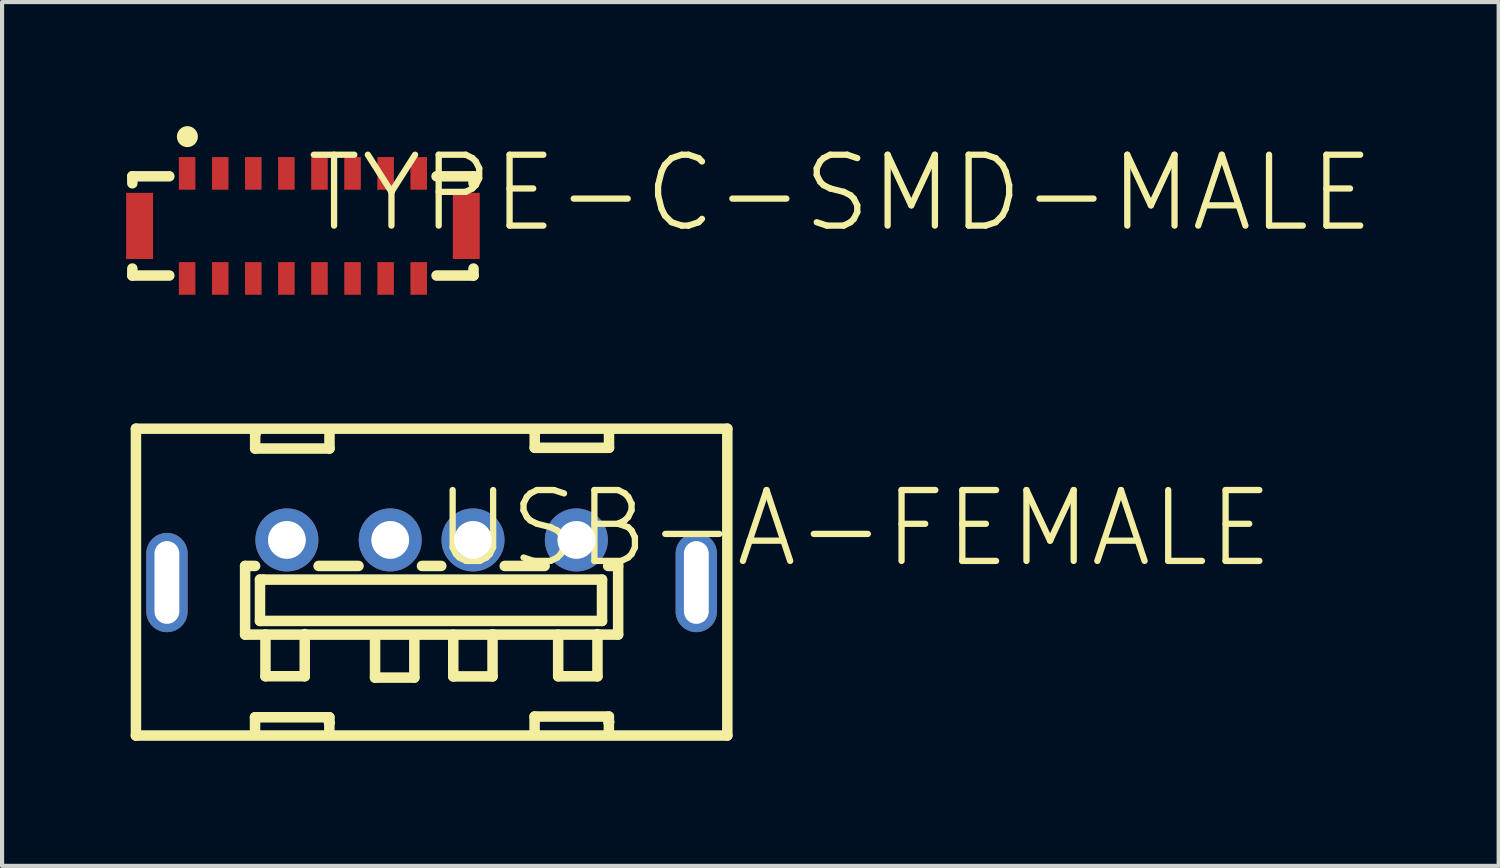
<source format=kicad_pcb>
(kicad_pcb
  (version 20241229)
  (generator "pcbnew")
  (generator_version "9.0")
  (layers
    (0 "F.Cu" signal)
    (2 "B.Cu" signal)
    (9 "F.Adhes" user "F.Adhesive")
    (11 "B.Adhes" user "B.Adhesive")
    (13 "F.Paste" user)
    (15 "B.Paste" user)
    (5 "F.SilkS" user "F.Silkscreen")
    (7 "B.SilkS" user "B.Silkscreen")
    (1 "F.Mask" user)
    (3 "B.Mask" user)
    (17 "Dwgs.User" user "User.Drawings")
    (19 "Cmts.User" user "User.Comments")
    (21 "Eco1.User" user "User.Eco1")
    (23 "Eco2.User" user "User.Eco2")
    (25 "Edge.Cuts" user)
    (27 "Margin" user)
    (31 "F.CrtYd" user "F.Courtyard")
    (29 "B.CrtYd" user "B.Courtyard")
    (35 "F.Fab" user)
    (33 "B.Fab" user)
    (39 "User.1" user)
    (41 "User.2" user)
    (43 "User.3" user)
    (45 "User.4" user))
  (footprint "USB-A-FEMALE"
    (layer "F.Cu")
    (at 7.387 10.521)
    (property "Reference" "USB-A-FEMALE" (at 0 0.21 0) (unlocked yes) (layer "F.SilkS") (effects (font (size 1.714 1.714) (thickness 0.152)) (justify left bottom)))
    (fp_line (start -7.15 -3.205) (end 7.15 -3.205) (stroke (width 0.254) (type solid)) (layer "F.SilkS"))
    (fp_line (start -7.15 4.215) (end -7.15 -3.205) (stroke (width 0.254) (type solid)) (layer "F.SilkS"))
    (fp_line (start -7.15 4.215) (end 7.15 4.215) (stroke (width 0.254) (type solid)) (layer "F.SilkS"))
    (fp_line (start -4.51 0.114) (end -4.268 0.114) (stroke (width 0.254) (type solid)) (layer "F.SilkS"))
    (fp_line (start -4.51 1.774) (end -4.51 0.114) (stroke (width 0.254) (type solid)) (layer "F.SilkS"))
    (fp_line (start -4.51 1.774) (end 4.51 1.774) (stroke (width 0.254) (type solid)) (layer "F.SilkS"))
    (fp_line (start -4.27 3.773) (end -2.473 3.773) (stroke (width 0.254) (type solid)) (layer "F.SilkS"))
    (fp_line (start -4.27 4.112) (end -4.27 3.773) (stroke (width 0.254) (type solid)) (layer "F.SilkS"))
    (fp_line (start -4.267 -3.096) (end -4.257 -3.096) (stroke (width 0.254) (type solid)) (layer "F.SilkS"))
    (fp_line (start -4.267 -3.096) (end -4.257 -3.096) (stroke (width 0.254) (type solid)) (layer "F.SilkS"))
    (fp_line (start -4.267 -2.725) (end -4.267 -3.096) (stroke (width 0.254) (type solid)) (layer "F.SilkS"))
    (fp_line (start -4.267 -2.725) (end -2.47 -2.725) (stroke (width 0.254) (type solid)) (layer "F.SilkS"))
    (fp_line (start -4.15 0.444) (end -4.07 0.444) (stroke (width 0.254) (type solid)) (layer "F.SilkS"))
    (fp_line (start -4.15 1.444) (end -4.15 0.444) (stroke (width 0.254) (type solid)) (layer "F.SilkS"))
    (fp_line (start -4.15 1.444) (end 4.12 1.444) (stroke (width 0.254) (type solid)) (layer "F.SilkS"))
    (fp_line (start -4.06 0.444) (end 4.12 0.444) (stroke (width 0.254) (type solid)) (layer "F.SilkS"))
    (fp_line (start -4.018 2.781) (end -4.018 1.771) (stroke (width 0.254) (type solid)) (layer "F.SilkS"))
    (fp_line (start -4.018 2.781) (end -3.068 2.781) (stroke (width 0.254) (type solid)) (layer "F.SilkS"))
    (fp_line (start -3.068 2.781) (end -3.068 1.761) (stroke (width 0.254) (type solid)) (layer "F.SilkS"))
    (fp_line (start -2.733 0.114) (end -1.768 0.114) (stroke (width 0.254) (type solid)) (layer "F.SilkS"))
    (fp_line (start -2.48 3.904) (end -2.47 3.904) (stroke (width 0.254) (type solid)) (layer "F.SilkS"))
    (fp_line (start -2.48 3.904) (end -2.47 3.904) (stroke (width 0.254) (type solid)) (layer "F.SilkS"))
    (fp_line (start -2.473 4.143) (end -2.473 3.773) (stroke (width 0.254) (type solid)) (layer "F.SilkS"))
    (fp_line (start -2.47 -2.725) (end -2.47 -3.065) (stroke (width 0.254) (type solid)) (layer "F.SilkS"))
    (fp_line (start -1.368 2.814) (end -1.368 1.804) (stroke (width 0.254) (type solid)) (layer "F.SilkS"))
    (fp_line (start -1.368 2.814) (end -0.418 2.814) (stroke (width 0.254) (type solid)) (layer "F.SilkS"))
    (fp_line (start -0.418 2.814) (end -0.418 1.794) (stroke (width 0.254) (type solid)) (layer "F.SilkS"))
    (fp_line (start -0.233 0.114) (end 0.233 0.114) (stroke (width 0.254) (type solid)) (layer "F.SilkS"))
    (fp_line (start 0.523 2.785) (end 0.523 1.775) (stroke (width 0.254) (type solid)) (layer "F.SilkS"))
    (fp_line (start 0.523 2.785) (end 1.473 2.785) (stroke (width 0.254) (type solid)) (layer "F.SilkS"))
    (fp_line (start 1.473 2.785) (end 1.473 1.765) (stroke (width 0.254) (type solid)) (layer "F.SilkS"))
    (fp_line (start 1.768 0.114) (end 2.733 0.114) (stroke (width 0.254) (type solid)) (layer "F.SilkS"))
    (fp_line (start 2.49 3.755) (end 4.286 3.755) (stroke (width 0.254) (type solid)) (layer "F.SilkS"))
    (fp_line (start 2.49 4.095) (end 2.49 3.755) (stroke (width 0.254) (type solid)) (layer "F.SilkS"))
    (fp_line (start 2.493 -3.113) (end 2.503 -3.113) (stroke (width 0.254) (type solid)) (layer "F.SilkS"))
    (fp_line (start 2.493 -3.113) (end 2.503 -3.113) (stroke (width 0.254) (type solid)) (layer "F.SilkS"))
    (fp_line (start 2.493 -2.743) (end 2.493 -3.113) (stroke (width 0.254) (type solid)) (layer "F.SilkS"))
    (fp_line (start 2.493 -2.743) (end 4.289 -2.743) (stroke (width 0.254) (type solid)) (layer "F.SilkS"))
    (fp_line (start 3.06 2.782) (end 3.06 1.772) (stroke (width 0.254) (type solid)) (layer "F.SilkS"))
    (fp_line (start 3.06 2.782) (end 4.01 2.782) (stroke (width 0.254) (type solid)) (layer "F.SilkS"))
    (fp_line (start 4.01 2.782) (end 4.01 1.762) (stroke (width 0.254) (type solid)) (layer "F.SilkS"))
    (fp_line (start 4.12 1.444) (end 4.12 0.444) (stroke (width 0.254) (type solid)) (layer "F.SilkS"))
    (fp_line (start 4.268 0.114) (end 4.51 0.114) (stroke (width 0.254) (type solid)) (layer "F.SilkS"))
    (fp_line (start 4.279 3.886) (end 4.29 3.886) (stroke (width 0.254) (type solid)) (layer "F.SilkS"))
    (fp_line (start 4.279 3.886) (end 4.29 3.886) (stroke (width 0.254) (type solid)) (layer "F.SilkS"))
    (fp_line (start 4.286 4.126) (end 4.286 3.755) (stroke (width 0.254) (type solid)) (layer "F.SilkS"))
    (fp_line (start 4.289 -2.743) (end 4.289 -3.083) (stroke (width 0.254) (type solid)) (layer "F.SilkS"))
    (fp_line (start 4.51 1.774) (end 4.51 0.105) (stroke (width 0.254) (type solid)) (layer "F.SilkS"))
    (fp_line (start 7.15 4.215) (end 7.15 -3.205) (stroke (width 0.254) (type solid)) (layer "F.SilkS"))
    (fp_line (start -7.277 -3.332) (end 7.277 -3.332) (stroke (width 0.051) (type solid)) (layer "User.13"))
    (fp_line (start -7.277 4.342) (end -7.277 -3.332) (stroke (width 0.051) (type solid)) (layer "User.13"))
    (fp_line (start -7.277 4.342) (end 7.277 4.342) (stroke (width 0.051) (type solid)) (layer "User.13"))
    (fp_line (start 7.277 4.342) (end 7.277 -3.332) (stroke (width 0.051) (type solid)) (layer "User.13"))
    (fp_poly (pts (xy -6.161 -0.186) (xy -6.161 1.214) (xy -6.641 1.214) (xy -6.641 -0.186)) (stroke (width 0.1) (type default)) (fill no) (layer "User.13"))
    (fp_poly (pts (xy 6.161 1.214) (xy 6.161 -0.186) (xy 6.641 -0.186) (xy 6.641 1.214)) (stroke (width 0.1) (type default)) (fill no) (layer "User.13"))
    (fp_poly (pts (arc (start -7.21726 -3.332105) (mid -7.277255 -3.39215) (end -7.3373 -3.332155)) (arc (start -7.3373 -3.332155) (mid -7.277305 -3.27211) (end -7.21726 -3.332105)) (xy -7.217 -3.332)) (stroke (width 0.1) (type default)) (fill no) (layer "User.13"))
    (fp_poly (pts (arc (start -3.14308 -0.514984) (mid -3.500264 -0.87222) (end -3.8575 -0.515036)) (arc (start -3.8575 -0.515036) (mid -3.500316 -0.1578) (end -3.14308 -0.514984)) (xy -3.143 -0.515)) (stroke (width 0.1) (type default)) (fill no) (layer "User.13"))
    (fp_poly (pts (arc (start -0.64372 -0.514984) (mid -1.000904 -0.87222) (end -1.35814 -0.515036)) (arc (start -1.35814 -0.515036) (mid -1.000956 -0.1578) (end -0.64372 -0.514984)) (xy -0.644 -0.515)) (stroke (width 0.1) (type default)) (fill no) (layer "User.13"))
    (fp_poly (pts (arc (start 1.3578 -0.514984) (mid 1.000616 -0.87222) (end 0.64338 -0.515036)) (arc (start 0.64338 -0.515036) (mid 1.000564 -0.1578) (end 1.3578 -0.514984)) (xy 1.358 -0.515)) (stroke (width 0.1) (type default)) (fill no) (layer "User.13"))
    (fp_poly (pts (arc (start 3.85716 -0.514984) (mid 3.499976 -0.87222) (end 3.14274 -0.515036)) (arc (start 3.14274 -0.515036) (mid 3.499924 -0.1578) (end 3.85716 -0.514984)) (xy 3.857 -0.515)) (stroke (width 0.1) (type default)) (fill no) (layer "User.13"))
    (pad "1" thru_hole circle (at -3.5 -0.515) (size 1.524 1.524) (drill 0.914 (offset -0.0001 0.00005)) (layers "*.Cu" "*.Mask"))
    (pad "2" thru_hole circle (at -1.001 -0.515) (size 1.524 1.524) (drill 0.914 (offset -0.0001 0.00005)) (layers "*.Cu" "*.Mask"))
    (pad "3" thru_hole circle (at 1.001 -0.515) (size 1.524 1.524) (drill 0.914 (offset -0.0001 0.00005)) (layers "*.Cu" "*.Mask"))
    (pad "4" thru_hole circle (at 3.5 -0.515) (size 1.524 1.524) (drill 0.914 (offset -0.0001 0.00005)) (layers "*.Cu" "*.Mask"))
    (pad "5" thru_hole oval (at -6.401 0.514 270) (size 2.4 1) (drill oval 2 0.6 (offset 0.001 -0.001)) (layers "*.Cu" "*.Mask"))
    (pad "6" thru_hole oval (at 6.401 0.514 90) (size 2.4 1) (drill oval 2 0.6 (offset -0.001 -0.001)) (layers "*.Cu" "*.Mask")))
  (footprint "TYPE-C-SMD-MALE"
    (layer "F.Cu")
    (at 4.275 2.413)
    (property "Reference" "TYPE-C-SMD-MALE" (at 0 0.21 0) (unlocked yes) (layer "F.SilkS") (effects (font (size 1.714 1.714) (thickness 0.152)) (justify left bottom)))
    (fp_line (start -4.125 -1.2) (end -3.231 -1.2) (stroke (width 0.254) (type solid)) (layer "F.SilkS"))
    (fp_line (start -4.125 -1.031) (end -4.125 -1.2) (stroke (width 0.254) (type solid)) (layer "F.SilkS"))
    (fp_line (start -4.125 1.2) (end -4.125 1.031) (stroke (width 0.254) (type solid)) (layer "F.SilkS"))
    (fp_line (start -4.125 1.2) (end -3.231 1.2) (stroke (width 0.254) (type solid)) (layer "F.SilkS"))
    (fp_line (start 3.231 -1.2) (end 4.125 -1.2) (stroke (width 0.254) (type solid)) (layer "F.SilkS"))
    (fp_line (start 3.231 1.2) (end 4.125 1.2) (stroke (width 0.254) (type solid)) (layer "F.SilkS"))
    (fp_line (start 4.125 -1.031) (end 4.125 -1.2) (stroke (width 0.254) (type solid)) (layer "F.SilkS"))
    (fp_line (start 4.125 1.2) (end 4.125 1.031) (stroke (width 0.254) (type solid)) (layer "F.SilkS"))
    (fp_circle (center -2.794 -2.159) (end -2.794 -2.286) (stroke (width 0.254) (type solid)) (fill no) (layer "F.SilkS"))
    (fp_line (start -2.93 -1.2) (end 2.93 -1.2) (stroke (width 0.051) (type solid)) (layer "User.13"))
    (fp_line (start -2.93 1.2) (end -2.92 1.2) (stroke (width 0.051) (type solid)) (layer "User.13"))
    (fp_line (start -2.92 1.2) (end 2.94 1.2) (stroke (width 0.051) (type solid)) (layer "User.13"))
    (fp_line (start 4.13 0.01) (end 4.13 0) (stroke (width 0.051) (type solid)) (layer "User.13"))
    (fp_arc (start -4.12997 0) (mid -3.778498 -0.848528) (end -2.92997 -1.2) (stroke (width 0.0508) (type solid)) (layer "User.13"))
    (fp_arc (start -2.92997 1.2) (mid -3.778498 0.848528) (end -4.12997 0) (stroke (width 0.0508) (type solid)) (layer "User.13"))
    (fp_arc (start 2.93001 -1.2) (mid 3.778538 -0.848528) (end 4.13001 0) (stroke (width 0.0508) (type solid)) (layer "User.13"))
    (fp_arc (start 4.13001 0.01001) (mid 3.78147 0.85146) (end 2.94002 1.2) (stroke (width 0.0508) (type solid)) (layer "User.13"))
    (fp_poly (pts (xy -2.925 -1.44) (xy -2.675 -1.44) (xy -2.675 -0.94) (xy -2.925 -0.94)) (stroke (width 0.1) (type default)) (fill no) (layer "User.13"))
    (fp_poly (pts (xy -2.925 0.94) (xy -2.675 0.94) (xy -2.675 1.44) (xy -2.925 1.44)) (stroke (width 0.1) (type default)) (fill no) (layer "User.13"))
    (fp_poly (pts (xy -2.125 -1.44) (xy -1.875 -1.44) (xy -1.875 -0.94) (xy -2.125 -0.94)) (stroke (width 0.1) (type default)) (fill no) (layer "User.13"))
    (fp_poly (pts (xy -2.125 0.94) (xy -1.875 0.94) (xy -1.875 1.44) (xy -2.125 1.44)) (stroke (width 0.1) (type default)) (fill no) (layer "User.13"))
    (fp_poly (pts (xy -1.325 -1.44) (xy -1.075 -1.44) (xy -1.075 -0.94) (xy -1.325 -0.94)) (stroke (width 0.1) (type default)) (fill no) (layer "User.13"))
    (fp_poly (pts (xy -1.325 0.94) (xy -1.075 0.94) (xy -1.075 1.44) (xy -1.325 1.44)) (stroke (width 0.1) (type default)) (fill no) (layer "User.13"))
    (fp_poly (pts (xy -0.525 -1.44) (xy -0.275 -1.44) (xy -0.275 -0.94) (xy -0.525 -0.94)) (stroke (width 0.1) (type default)) (fill no) (layer "User.13"))
    (fp_poly (pts (xy -0.525 0.94) (xy -0.275 0.94) (xy -0.275 1.44) (xy -0.525 1.44)) (stroke (width 0.1) (type default)) (fill no) (layer "User.13"))
    (fp_poly (pts (xy 0.275 -1.44) (xy 0.525 -1.44) (xy 0.525 -0.94) (xy 0.275 -0.94)) (stroke (width 0.1) (type default)) (fill no) (layer "User.13"))
    (fp_poly (pts (xy 0.275 0.94) (xy 0.525 0.94) (xy 0.525 1.44) (xy 0.275 1.44)) (stroke (width 0.1) (type default)) (fill no) (layer "User.13"))
    (fp_poly (pts (xy 1.075 -1.44) (xy 1.325 -1.44) (xy 1.325 -0.94) (xy 1.075 -0.94)) (stroke (width 0.1) (type default)) (fill no) (layer "User.13"))
    (fp_poly (pts (xy 1.075 0.94) (xy 1.325 0.94) (xy 1.325 1.44) (xy 1.075 1.44)) (stroke (width 0.1) (type default)) (fill no) (layer "User.13"))
    (fp_poly (pts (xy 1.875 -1.44) (xy 2.125 -1.44) (xy 2.125 -0.94) (xy 1.875 -0.94)) (stroke (width 0.1) (type default)) (fill no) (layer "User.13"))
    (fp_poly (pts (xy 1.875 0.94) (xy 2.125 0.94) (xy 2.125 1.44) (xy 1.875 1.44)) (stroke (width 0.1) (type default)) (fill no) (layer "User.13"))
    (fp_poly (pts (xy 2.67 -1.44) (xy 2.92 -1.44) (xy 2.92 -0.94) (xy 2.67 -0.94)) (stroke (width 0.1) (type default)) (fill no) (layer "User.13"))
    (fp_poly (pts (xy 2.67 0.94) (xy 2.92 0.94) (xy 2.92 1.44) (xy 2.67 1.44)) (stroke (width 0.1) (type default)) (fill no) (layer "User.13"))
    (fp_poly (pts (arc (start -4.06997 -1.440027) (mid -4.129927 -1.50011) (end -4.19001 -1.440153)) (arc (start -4.19 -1.440153) (mid -4.130043 -1.38007) (end -4.06996 -1.440027)) (xy -4.07 -1.44)) (stroke (width 0.1) (type default)) (fill no) (layer "User.13"))
    (fp_poly (pts (xy -3.66 0.79) (arc (start -3.810023 0.789946) (mid -4.039457 0.446599) (end -4.12003 0.041586)) (xy -4.12 0.042) (xy -4.12 -0.01) (arc (start -4.12004 -0.06576) (mid -4.04206 -0.457729) (end -3.820014 -0.790019)) (arc (start -3.820014 -0.790013) (mid -3.808953 -0.782624) (end -3.795907 -0.78003)) (xy -3.796 -0.78) (xy -3.65 -0.78) (xy -3.65 0.79)) (stroke (width 0.1) (type default)) (fill no) (layer "User.13"))
    (fp_poly (pts (xy 3.66 -0.79) (arc (start 3.810019 -0.789989) (mid 4.039438 -0.446639) (end 4.119999 -0.04163)) (xy 4.12 -0.042) (xy 4.12 0.01) (arc (start 4.12001 0.065734) (mid 4.042042 0.4577) (end 3.82001 0.789993)) (arc (start 3.820004 0.789993) (mid 3.808943 0.782604) (end 3.795897 0.78001)) (xy 3.796 0.78) (xy 3.65 0.78) (xy 3.65 -0.79)) (stroke (width 0.1) (type default)) (fill no) (layer "User.13"))
    (pad "1" smd rect (at -2.8 -1.27) (size 0.4 0.79) (layers "F.Cu" "F.Mask" "F.Paste"))
    (pad "2" smd rect (at -2 -1.27) (size 0.4 0.79) (layers "F.Cu" "F.Mask" "F.Paste"))
    (pad "3" smd rect (at -1.2 -1.27) (size 0.4 0.79) (layers "F.Cu" "F.Mask" "F.Paste"))
    (pad "4" smd rect (at -0.4 -1.27) (size 0.4 0.79) (layers "F.Cu" "F.Mask" "F.Paste"))
    (pad "5" smd rect (at 0.4 -1.27) (size 0.4 0.79) (layers "F.Cu" "F.Mask" "F.Paste"))
    (pad "6" smd rect (at 1.2 -1.27) (size 0.4 0.79) (layers "F.Cu" "F.Mask" "F.Paste"))
    (pad "7" smd rect (at 2 -1.27) (size 0.4 0.79) (layers "F.Cu" "F.Mask" "F.Paste"))
    (pad "8" smd rect (at 2.8 -1.27) (size 0.4 0.79) (layers "F.Cu" "F.Mask" "F.Paste"))
    (pad "9" smd rect (at -2.8 1.27) (size 0.4 0.79) (layers "F.Cu" "F.Mask" "F.Paste"))
    (pad "10" smd rect (at -2 1.27) (size 0.4 0.79) (layers "F.Cu" "F.Mask" "F.Paste"))
    (pad "11" smd rect (at -1.2 1.27) (size 0.4 0.79) (layers "F.Cu" "F.Mask" "F.Paste"))
    (pad "12" smd rect (at -0.4 1.27) (size 0.4 0.79) (layers "F.Cu" "F.Mask" "F.Paste"))
    (pad "13" smd rect (at 0.4 1.27) (size 0.4 0.79) (layers "F.Cu" "F.Mask" "F.Paste"))
    (pad "14" smd rect (at 1.2 1.27) (size 0.4 0.79) (layers "F.Cu" "F.Mask" "F.Paste"))
    (pad "15" smd rect (at 2 1.27) (size 0.4 0.79) (layers "F.Cu" "F.Mask" "F.Paste"))
    (pad "16" smd rect (at 2.8 1.27) (size 0.4 0.79) (layers "F.Cu" "F.Mask" "F.Paste"))
    (pad "17" smd rect (at 3.95 0) (size 0.65 1.6) (layers "F.Cu" "F.Mask" "F.Paste"))
    (pad "18" smd rect (at -3.95 0) (size 0.65 1.6) (layers "F.Cu" "F.Mask" "F.Paste")))
  (gr_rect
    (start -3 -3)
    (end 33.189 17.888)
    (stroke (width 0.1) (type default))
    (fill no)
    (layer "Edge.Cuts")))
</source>
